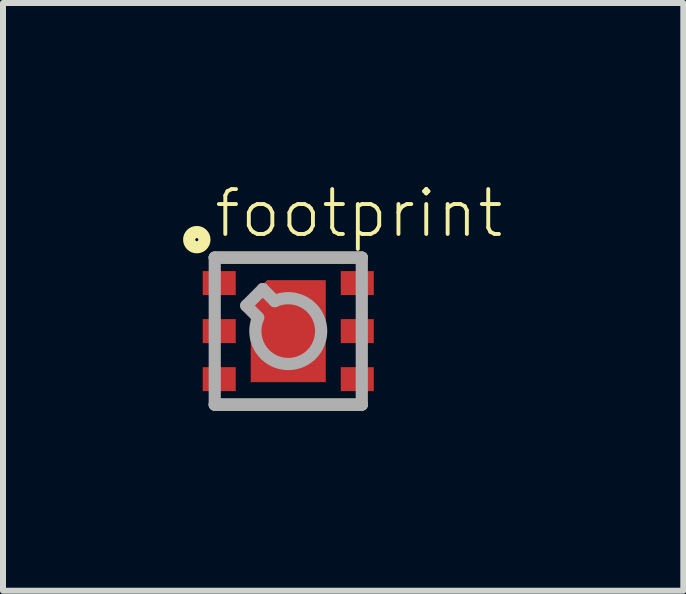
<source format=kicad_pcb>
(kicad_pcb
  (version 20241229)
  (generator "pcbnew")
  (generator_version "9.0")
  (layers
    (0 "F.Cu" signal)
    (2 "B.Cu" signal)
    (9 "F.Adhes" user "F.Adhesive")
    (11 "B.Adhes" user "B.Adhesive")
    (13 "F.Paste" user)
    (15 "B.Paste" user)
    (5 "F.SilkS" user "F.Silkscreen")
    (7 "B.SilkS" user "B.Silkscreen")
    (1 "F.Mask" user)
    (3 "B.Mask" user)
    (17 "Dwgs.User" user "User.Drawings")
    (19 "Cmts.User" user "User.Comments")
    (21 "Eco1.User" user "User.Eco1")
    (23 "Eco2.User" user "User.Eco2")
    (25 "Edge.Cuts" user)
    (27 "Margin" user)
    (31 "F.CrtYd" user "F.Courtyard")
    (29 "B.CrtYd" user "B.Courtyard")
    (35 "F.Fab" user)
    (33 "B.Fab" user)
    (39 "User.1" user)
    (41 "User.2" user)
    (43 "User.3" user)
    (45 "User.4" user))
  (footprint "footprint"
    (layer "F.Cu")
    (at 1.753 2.467)
    (property "Reference" "footprint" (at -1.27 -1.524 0) (layer "F.SilkS") (effects (font (size 0.748 0.748) (thickness 0.065)) (justify left bottom)))
    (fp_poly (pts (xy 0.625 0.85) (xy -0.625 0.85) (xy -0.625 -0.575) (xy -0.35 -0.85) (xy 0.625 -0.85)) (stroke (width 0) (type solid)) (fill yes) (layer "F.Cu"))
    (fp_poly (pts (xy 0.725 0.95) (xy -0.725 0.95) (xy -0.725 -0.625) (xy -0.4 -0.95) (xy 0.725 -0.95)) (stroke (width 0) (type solid)) (fill yes) (layer "F.Mask"))
    (fp_line (start -1.225 -1.225) (end 1.225 -1.225) (stroke (width 0.203) (type solid)) (layer "F.SilkS"))
    (fp_line (start 1.225 1.225) (end -1.225 1.225) (stroke (width 0.203) (type solid)) (layer "F.SilkS"))
    (fp_circle (center -1.524 -1.524) (end -1.397 -1.524) (stroke (width 0.203) (type solid)) (fill no) (layer "F.SilkS"))
    (fp_poly (pts (xy -1.525 -0.6) (xy -0.975 -0.6) (xy -0.975 -1) (xy -1.525 -1)) (stroke (width 0) (type solid)) (fill yes) (layer "F.Paste"))
    (fp_poly (pts (xy -1.525 0.2) (xy -0.975 0.2) (xy -0.975 -0.2) (xy -1.525 -0.2)) (stroke (width 0) (type solid)) (fill yes) (layer "F.Paste"))
    (fp_poly (pts (xy -1.525 1) (xy -0.975 1) (xy -0.975 0.6) (xy -1.525 0.6)) (stroke (width 0) (type solid)) (fill yes) (layer "F.Paste"))
    (fp_poly (pts (xy -0.3 0.425) (xy 0.3 0.425) (xy 0.3 -0.425) (xy -0.3 -0.425)) (stroke (width 0) (type solid)) (fill yes) (layer "F.Paste"))
    (fp_poly (pts (xy 0.975 -0.6) (xy 1.525 -0.6) (xy 1.525 -1) (xy 0.975 -1)) (stroke (width 0) (type solid)) (fill yes) (layer "F.Paste"))
    (fp_poly (pts (xy 0.975 0.2) (xy 1.525 0.2) (xy 1.525 -0.2) (xy 0.975 -0.2)) (stroke (width 0) (type solid)) (fill yes) (layer "F.Paste"))
    (fp_poly (pts (xy 0.975 1) (xy 1.525 1) (xy 1.525 0.6) (xy 0.975 0.6)) (stroke (width 0) (type solid)) (fill yes) (layer "F.Paste"))
    (fp_line (start -1.225 -1.225) (end -1.225 1.225) (stroke (width 0.203) (type solid)) (layer "F.Fab"))
    (fp_line (start -1.225 1.225) (end 1.225 1.225) (stroke (width 0.203) (type solid)) (layer "F.Fab"))
    (fp_line (start -0.7 -0.425) (end -0.525 -0.25) (stroke (width 0.203) (type solid)) (layer "F.Fab"))
    (fp_line (start -0.425 -0.7) (end -0.7 -0.425) (stroke (width 0.203) (type solid)) (layer "F.Fab"))
    (fp_line (start -0.225 -0.5) (end -0.425 -0.7) (stroke (width 0.203) (type solid)) (layer "F.Fab"))
    (fp_line (start 1.225 -1.225) (end -1.225 -1.225) (stroke (width 0.203) (type solid)) (layer "F.Fab"))
    (fp_line (start 1.225 1.225) (end 1.225 -1.225) (stroke (width 0.203) (type solid)) (layer "F.Fab"))
    (fp_arc (start -0.225 -0.5) (mid 0.387702 0.387702) (end -0.5 -0.225) (stroke (width 0.2032) (type solid)) (layer "F.Fab"))
    (pad "1" smd rect (at -1.15 -0.8) (size 0.55 0.4) (layers "F.Cu" "F.Mask"))
    (pad "2" smd rect (at -1.15 0) (size 0.55 0.4) (layers "F.Cu" "F.Mask"))
    (pad "3" smd rect (at -1.15 0.8) (size 0.55 0.4) (layers "F.Cu" "F.Mask"))
    (pad "4" smd rect (at 1.15 0.8) (size 0.55 0.4) (layers "F.Cu" "F.Mask"))
    (pad "5" smd rect (at 1.15 0) (size 0.55 0.4) (layers "F.Cu" "F.Mask"))
    (pad "6" smd rect (at 1.15 -0.8) (size 0.55 0.4) (layers "F.Cu" "F.Mask"))
    (pad "DIEPAD" smd rect (at 0 0 90) (size 0.61 0.305) (layers "F.Cu")))
  (gr_rect
    (start -3 -3)
    (end 8.335 6.793)
    (stroke (width 0.1) (type default))
    (fill no)
    (layer "Edge.Cuts")))
</source>
